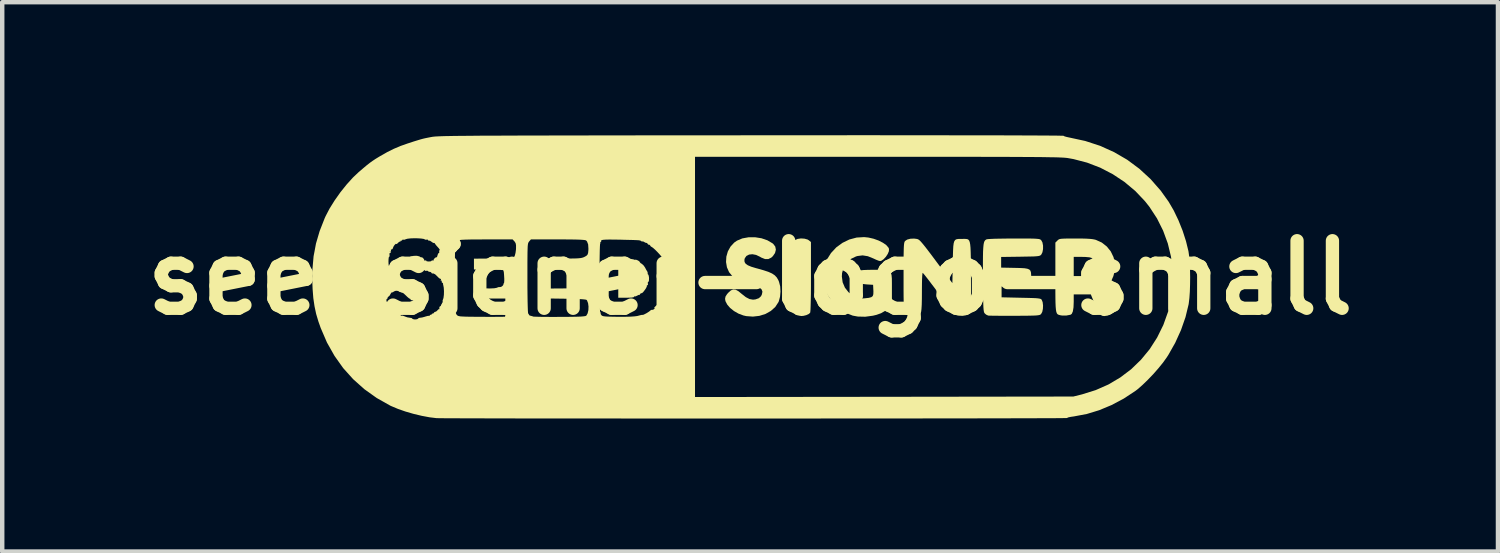
<source format=kicad_pcb>
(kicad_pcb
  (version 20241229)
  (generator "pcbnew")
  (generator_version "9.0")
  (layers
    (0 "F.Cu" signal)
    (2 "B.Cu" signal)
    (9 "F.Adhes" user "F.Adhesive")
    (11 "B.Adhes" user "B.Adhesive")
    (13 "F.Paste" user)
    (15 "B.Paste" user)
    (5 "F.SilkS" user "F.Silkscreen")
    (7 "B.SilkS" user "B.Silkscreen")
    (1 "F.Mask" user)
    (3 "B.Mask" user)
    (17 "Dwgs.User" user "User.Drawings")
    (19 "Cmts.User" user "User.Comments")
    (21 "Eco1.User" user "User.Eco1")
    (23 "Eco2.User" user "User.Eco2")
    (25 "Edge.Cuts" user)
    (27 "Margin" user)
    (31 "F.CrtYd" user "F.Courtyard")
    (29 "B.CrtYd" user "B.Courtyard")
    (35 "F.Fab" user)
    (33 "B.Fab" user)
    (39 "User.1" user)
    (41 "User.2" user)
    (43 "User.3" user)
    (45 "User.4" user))
  (footprint "seedsigner-logo-small"
    (layer "F.Cu")
    (at 13.868 3.214)
    (property "Reference" "seedsigner-logo-small" (at 0 0 0) (layer "F.SilkS") (effects (font (size 1.524 1.524) (thickness 0.3))))
    (attr board_only exclude_from_pos_files exclude_from_bom)
    (fp_poly (pts (xy -3.97 -0.179) (xy -3.979 -0.169) (xy -3.989 -0.179) (xy -3.979 -0.188)) (stroke (width 0) (type solid)) (fill yes) (layer "F.SilkS"))
    (fp_poly (pts (xy 1.228 -0.881) (xy 1.298 -0.861) (xy 1.324 -0.845) (xy 1.373 -0.806) (xy 1.373 -0.026) (xy 1.373 0.181) (xy 1.372 0.361) (xy 1.369 0.513) (xy 1.366 0.633) (xy 1.363 0.721) (xy 1.358 0.775) (xy 1.354 0.791) (xy 1.323 0.819) (xy 1.268 0.844) (xy 1.204 0.86) (xy 1.157 0.864) (xy 1.112 0.857) (xy 1.059 0.845) (xy 1.035 0.836) (xy 1.015 0.824) (xy 0.999 0.804) (xy 0.986 0.774) (xy 0.977 0.731) (xy 0.97 0.67) (xy 0.965 0.589) (xy 0.962 0.484) (xy 0.961 0.353) (xy 0.962 0.191) (xy 0.963 -0.004) (xy 0.963 -0.063) (xy 0.969 -0.812) (xy 1.013 -0.848) (xy 1.071 -0.875) (xy 1.147 -0.886)) (stroke (width 0) (type solid)) (fill yes) (layer "F.SilkS"))
    (fp_poly (pts (xy -2.661 -0.417) (xy -2.625 -0.413) (xy -2.618 -0.409) (xy -2.6 -0.403) (xy -2.595 -0.405) (xy -2.568 -0.405) (xy -2.529 -0.389) (xy -2.497 -0.368) (xy -2.486 -0.35) (xy -2.471 -0.331) (xy -2.442 -0.313) (xy -2.405 -0.281) (xy -2.371 -0.233) (xy -2.367 -0.226) (xy -2.342 -0.178) (xy -2.321 -0.144) (xy -2.318 -0.141) (xy -2.308 -0.108) (xy -2.31 -0.098) (xy -2.307 -0.077) (xy -2.3 -0.075) (xy -2.29 -0.058) (xy -2.281 -0.016) (xy -2.279 0.009) (xy -2.281 0.065) (xy -2.291 0.092) (xy -2.296 0.094) (xy -2.308 0.109) (xy -2.305 0.132) (xy -2.304 0.163) (xy -2.316 0.169) (xy -2.33 0.176) (xy -2.328 0.181) (xy -2.33 0.202) (xy -2.349 0.24) (xy -2.379 0.283) (xy -2.41 0.322) (xy -2.436 0.346) (xy -2.446 0.348) (xy -2.467 0.353) (xy -2.482 0.371) (xy -2.497 0.392) (xy -2.502 0.39) (xy -2.515 0.388) (xy -2.546 0.404) (xy -2.582 0.421) (xy -2.603 0.42) (xy -2.614 0.422) (xy -2.615 0.43) (xy -2.631 0.441) (xy -2.678 0.448) (xy -2.761 0.451) (xy -2.794 0.452) (xy -2.973 0.452) (xy -2.973 -0.41) (xy -2.799 -0.417) (xy -2.722 -0.419)) (stroke (width 0) (type solid)) (fill yes) (layer "F.SilkS"))
    (fp_poly (pts (xy 7.478 -0.884) (xy 7.585 -0.881) (xy 7.667 -0.876) (xy 7.73 -0.869) (xy 7.78 -0.859) (xy 7.801 -0.853) (xy 7.933 -0.793) (xy 8.046 -0.704) (xy 8.135 -0.594) (xy 8.197 -0.466) (xy 8.23 -0.328) (xy 8.229 -0.184) (xy 8.223 -0.146) (xy 8.194 -0.035) (xy 8.154 0.057) (xy 8.099 0.141) (xy 8.056 0.198) (xy 8.158 0.432) (xy 8.195 0.521) (xy 8.227 0.599) (xy 8.249 0.66) (xy 8.259 0.696) (xy 8.26 0.699) (xy 8.243 0.744) (xy 8.198 0.788) (xy 8.134 0.827) (xy 8.062 0.855) (xy 7.989 0.865) (xy 7.988 0.865) (xy 7.946 0.86) (xy 7.91 0.84) (xy 7.876 0.801) (xy 7.839 0.738) (xy 7.797 0.647) (xy 7.768 0.579) (xy 7.686 0.377) (xy 7.493 0.376) (xy 7.3 0.376) (xy 7.3 0.543) (xy 7.295 0.67) (xy 7.28 0.761) (xy 7.255 0.816) (xy 7.228 0.835) (xy 7.133 0.853) (xy 7.039 0.853) (xy 7 0.847) (xy 6.973 0.84) (xy 6.95 0.832) (xy 6.932 0.82) (xy 6.918 0.799) (xy 6.907 0.767) (xy 6.899 0.721) (xy 6.893 0.656) (xy 6.889 0.57) (xy 6.887 0.459) (xy 6.886 0.32) (xy 6.886 0.149) (xy 6.886 -0.014) (xy 6.886 -0.038) (xy 7.3 -0.038) (xy 7.471 -0.038) (xy 7.589 -0.042) (xy 7.672 -0.055) (xy 7.704 -0.067) (xy 7.766 -0.115) (xy 7.804 -0.182) (xy 7.816 -0.258) (xy 7.804 -0.334) (xy 7.766 -0.401) (xy 7.711 -0.444) (xy 7.655 -0.46) (xy 7.565 -0.468) (xy 7.48 -0.47) (xy 7.3 -0.47) (xy 7.3 -0.038) (xy 6.886 -0.038) (xy 6.886 -0.792) (xy 6.932 -0.838) (xy 6.949 -0.854) (xy 6.967 -0.866) (xy 6.992 -0.874) (xy 7.029 -0.879) (xy 7.084 -0.882) (xy 7.162 -0.884) (xy 7.27 -0.884) (xy 7.34 -0.884)) (stroke (width 0) (type solid)) (fill yes) (layer "F.SilkS"))
    (fp_poly (pts (xy 0.257 -0.89) (xy 0.391 -0.844) (xy 0.506 -0.776) (xy 0.522 -0.763) (xy 0.568 -0.703) (xy 0.582 -0.632) (xy 0.563 -0.558) (xy 0.514 -0.486) (xy 0.478 -0.453) (xy 0.411 -0.42) (xy 0.337 -0.421) (xy 0.252 -0.455) (xy 0.222 -0.473) (xy 0.136 -0.514) (xy 0.053 -0.53) (xy -0.022 -0.522) (xy -0.082 -0.491) (xy -0.119 -0.439) (xy -0.128 -0.402) (xy -0.124 -0.355) (xy -0.1 -0.316) (xy -0.051 -0.281) (xy 0.027 -0.248) (xy 0.137 -0.215) (xy 0.164 -0.208) (xy 0.305 -0.168) (xy 0.414 -0.132) (xy 0.496 -0.095) (xy 0.557 -0.054) (xy 0.602 -0.006) (xy 0.636 0.052) (xy 0.653 0.093) (xy 0.679 0.194) (xy 0.686 0.311) (xy 0.676 0.428) (xy 0.649 0.529) (xy 0.641 0.549) (xy 0.569 0.659) (xy 0.469 0.749) (xy 0.348 0.817) (xy 0.211 0.86) (xy 0.065 0.877) (xy -0.086 0.866) (xy -0.151 0.851) (xy -0.261 0.81) (xy -0.362 0.752) (xy -0.449 0.683) (xy -0.515 0.606) (xy -0.555 0.529) (xy -0.564 0.476) (xy -0.554 0.425) (xy -0.52 0.371) (xy -0.492 0.339) (xy -0.434 0.287) (xy -0.381 0.264) (xy -0.327 0.269) (xy -0.263 0.304) (xy -0.191 0.363) (xy -0.096 0.438) (xy -0.013 0.481) (xy 0.066 0.495) (xy 0.122 0.489) (xy 0.198 0.462) (xy 0.247 0.417) (xy 0.266 0.378) (xy 0.279 0.315) (xy 0.26 0.264) (xy 0.208 0.22) (xy 0.164 0.197) (xy 0.105 0.171) (xy 0.055 0.155) (xy 0.034 0.151) (xy -0.018 0.142) (xy -0.091 0.119) (xy -0.176 0.086) (xy -0.261 0.048) (xy -0.336 0.009) (xy -0.389 -0.026) (xy -0.398 -0.033) (xy -0.474 -0.126) (xy -0.522 -0.235) (xy -0.542 -0.354) (xy -0.535 -0.476) (xy -0.501 -0.594) (xy -0.441 -0.702) (xy -0.357 -0.793) (xy -0.295 -0.836) (xy -0.174 -0.887) (xy -0.035 -0.912) (xy 0.111 -0.913)) (stroke (width 0) (type solid)) (fill yes) (layer "F.SilkS"))
    (fp_poly (pts (xy 2.67 -0.906) (xy 2.787 -0.879) (xy 2.898 -0.839) (xy 2.994 -0.79) (xy 3.071 -0.737) (xy 3.12 -0.681) (xy 3.134 -0.65) (xy 3.131 -0.598) (xy 3.105 -0.536) (xy 3.064 -0.473) (xy 3.014 -0.419) (xy 2.964 -0.384) (xy 2.933 -0.376) (xy 2.898 -0.384) (xy 2.842 -0.406) (xy 2.782 -0.434) (xy 2.656 -0.485) (xy 2.539 -0.504) (xy 2.426 -0.49) (xy 2.39 -0.48) (xy 2.27 -0.422) (xy 2.176 -0.338) (xy 2.11 -0.231) (xy 2.075 -0.105) (xy 2.07 -0.028) (xy 2.088 0.104) (xy 2.139 0.224) (xy 2.22 0.327) (xy 2.327 0.408) (xy 2.367 0.428) (xy 2.434 0.455) (xy 2.49 0.467) (xy 2.557 0.467) (xy 2.589 0.464) (xy 2.678 0.454) (xy 2.734 0.439) (xy 2.767 0.414) (xy 2.78 0.372) (xy 2.782 0.307) (xy 2.781 0.286) (xy 2.775 0.16) (xy 2.63 0.151) (xy 2.558 0.143) (xy 2.5 0.133) (xy 2.466 0.121) (xy 2.464 0.119) (xy 2.451 0.088) (xy 2.444 0.033) (xy 2.443 -0.033) (xy 2.447 -0.096) (xy 2.456 -0.143) (xy 2.464 -0.157) (xy 2.492 -0.166) (xy 2.555 -0.173) (xy 2.654 -0.177) (xy 2.79 -0.179) (xy 2.806 -0.179) (xy 2.931 -0.179) (xy 3.027 -0.177) (xy 3.096 -0.169) (xy 3.144 -0.15) (xy 3.174 -0.115) (xy 3.191 -0.06) (xy 3.198 0.019) (xy 3.199 0.128) (xy 3.199 0.257) (xy 3.199 0.603) (xy 3.119 0.683) (xy 3.04 0.751) (xy 2.956 0.8) (xy 2.853 0.837) (xy 2.77 0.857) (xy 2.597 0.88) (xy 2.431 0.876) (xy 2.316 0.855) (xy 2.152 0.791) (xy 2.002 0.695) (xy 1.873 0.57) (xy 1.767 0.42) (xy 1.738 0.365) (xy 1.665 0.218) (xy 1.665 -0.028) (xy 1.665 -0.129) (xy 1.667 -0.202) (xy 1.673 -0.256) (xy 1.683 -0.299) (xy 1.7 -0.343) (xy 1.725 -0.395) (xy 1.73 -0.405) (xy 1.825 -0.556) (xy 1.945 -0.685) (xy 2.085 -0.787) (xy 2.239 -0.862) (xy 2.404 -0.906) (xy 2.573 -0.916)) (stroke (width 0) (type solid)) (fill yes) (layer "F.SilkS"))
    (fp_poly (pts (xy 6.118 -0.884) (xy 6.247 -0.884) (xy 6.346 -0.883) (xy 6.421 -0.881) (xy 6.475 -0.877) (xy 6.512 -0.873) (xy 6.536 -0.867) (xy 6.553 -0.858) (xy 6.565 -0.848) (xy 6.566 -0.847) (xy 6.594 -0.797) (xy 6.608 -0.725) (xy 6.608 -0.646) (xy 6.594 -0.573) (xy 6.567 -0.52) (xy 6.564 -0.517) (xy 6.55 -0.505) (xy 6.532 -0.496) (xy 6.504 -0.489) (xy 6.461 -0.484) (xy 6.399 -0.48) (xy 6.313 -0.478) (xy 6.197 -0.476) (xy 6.096 -0.474) (xy 5.663 -0.468) (xy 5.663 -0.228) (xy 5.962 -0.222) (xy 6.091 -0.219) (xy 6.186 -0.214) (xy 6.253 -0.203) (xy 6.298 -0.185) (xy 6.324 -0.157) (xy 6.336 -0.116) (xy 6.34 -0.06) (xy 6.341 -0.019) (xy 6.34 0.048) (xy 6.334 0.099) (xy 6.319 0.134) (xy 6.29 0.158) (xy 6.24 0.172) (xy 6.166 0.181) (xy 6.063 0.186) (xy 5.98 0.188) (xy 5.673 0.198) (xy 5.673 0.442) (xy 6.112 0.452) (xy 6.252 0.455) (xy 6.359 0.458) (xy 6.439 0.461) (xy 6.495 0.466) (xy 6.532 0.472) (xy 6.556 0.479) (xy 6.57 0.489) (xy 6.577 0.497) (xy 6.599 0.551) (xy 6.608 0.624) (xy 6.605 0.702) (xy 6.59 0.772) (xy 6.564 0.818) (xy 6.552 0.829) (xy 6.536 0.838) (xy 6.512 0.844) (xy 6.476 0.849) (xy 6.424 0.853) (xy 6.35 0.855) (xy 6.252 0.857) (xy 6.124 0.858) (xy 5.969 0.859) (xy 5.825 0.859) (xy 5.693 0.859) (xy 5.577 0.858) (xy 5.481 0.857) (xy 5.412 0.856) (xy 5.373 0.854) (xy 5.369 0.853) (xy 5.325 0.833) (xy 5.294 0.806) (xy 5.285 0.794) (xy 5.277 0.778) (xy 5.272 0.753) (xy 5.267 0.716) (xy 5.263 0.664) (xy 5.26 0.592) (xy 5.258 0.497) (xy 5.256 0.376) (xy 5.255 0.224) (xy 5.253 0.039) (xy 5.253 0.036) (xy 5.252 -0.168) (xy 5.252 -0.339) (xy 5.253 -0.478) (xy 5.255 -0.589) (xy 5.26 -0.676) (xy 5.266 -0.742) (xy 5.275 -0.79) (xy 5.287 -0.823) (xy 5.303 -0.845) (xy 5.321 -0.859) (xy 5.336 -0.866) (xy 5.367 -0.871) (xy 5.43 -0.875) (xy 5.521 -0.879) (xy 5.635 -0.881) (xy 5.767 -0.883) (xy 5.911 -0.884) (xy 5.956 -0.884)) (stroke (width 0) (type solid)) (fill yes) (layer "F.SilkS"))
    (fp_poly (pts (xy 3.753 -0.876) (xy 3.773 -0.872) (xy 3.791 -0.865) (xy 3.812 -0.852) (xy 3.836 -0.831) (xy 3.866 -0.798) (xy 3.905 -0.752) (xy 3.955 -0.69) (xy 4.018 -0.608) (xy 4.097 -0.504) (xy 4.193 -0.375) (xy 4.304 -0.226) (xy 4.563 0.122) (xy 4.572 -0.343) (xy 4.575 -0.498) (xy 4.579 -0.62) (xy 4.584 -0.712) (xy 4.593 -0.779) (xy 4.607 -0.824) (xy 4.628 -0.853) (xy 4.657 -0.868) (xy 4.695 -0.874) (xy 4.746 -0.875) (xy 4.779 -0.875) (xy 4.826 -0.876) (xy 4.865 -0.875) (xy 4.897 -0.871) (xy 4.922 -0.86) (xy 4.941 -0.838) (xy 4.955 -0.802) (xy 4.965 -0.749) (xy 4.972 -0.676) (xy 4.976 -0.58) (xy 4.979 -0.457) (xy 4.98 -0.303) (xy 4.981 -0.117) (xy 4.982 -0.04) (xy 4.983 0.161) (xy 4.983 0.337) (xy 4.981 0.488) (xy 4.979 0.61) (xy 4.976 0.701) (xy 4.972 0.758) (xy 4.969 0.777) (xy 4.934 0.818) (xy 4.873 0.847) (xy 4.793 0.86) (xy 4.709 0.856) (xy 4.681 0.852) (xy 4.658 0.846) (xy 4.636 0.835) (xy 4.612 0.815) (xy 4.581 0.781) (xy 4.539 0.73) (xy 4.484 0.658) (xy 4.41 0.56) (xy 4.39 0.533) (xy 4.344 0.472) (xy 4.282 0.39) (xy 4.21 0.296) (xy 4.137 0.198) (xy 4.101 0.151) (xy 4.037 0.066) (xy 3.98 -0.007) (xy 3.935 -0.064) (xy 3.904 -0.1) (xy 3.893 -0.11) (xy 3.888 -0.094) (xy 3.883 -0.044) (xy 3.879 0.037) (xy 3.877 0.145) (xy 3.876 0.277) (xy 3.876 0.308) (xy 3.875 0.477) (xy 3.872 0.61) (xy 3.866 0.706) (xy 3.859 0.764) (xy 3.854 0.78) (xy 3.814 0.825) (xy 3.749 0.853) (xy 3.667 0.861) (xy 3.577 0.849) (xy 3.565 0.845) (xy 3.541 0.838) (xy 3.52 0.829) (xy 3.504 0.815) (xy 3.491 0.793) (xy 3.481 0.759) (xy 3.473 0.711) (xy 3.468 0.644) (xy 3.465 0.555) (xy 3.463 0.441) (xy 3.462 0.298) (xy 3.462 0.124) (xy 3.462 -0.011) (xy 3.462 -0.203) (xy 3.462 -0.361) (xy 3.463 -0.489) (xy 3.465 -0.59) (xy 3.467 -0.667) (xy 3.47 -0.724) (xy 3.474 -0.765) (xy 3.479 -0.793) (xy 3.486 -0.812) (xy 3.494 -0.825) (xy 3.495 -0.827) (xy 3.543 -0.86) (xy 3.614 -0.879) (xy 3.699 -0.883)) (stroke (width 0) (type solid)) (fill yes) (layer "F.SilkS"))
    (fp_poly (pts (xy 2.821 -3.214) (xy 3.307 -3.213) (xy 3.768 -3.213) (xy 4.202 -3.213) (xy 4.609 -3.212) (xy 4.988 -3.212) (xy 5.338 -3.211) (xy 5.658 -3.211) (xy 5.948 -3.21) (xy 6.207 -3.209) (xy 6.433 -3.208) (xy 6.627 -3.207) (xy 6.787 -3.206) (xy 6.912 -3.205) (xy 7.003 -3.203) (xy 7.057 -3.202) (xy 7.074 -3.2) (xy 7.091 -3.189) (xy 7.137 -3.176) (xy 7.201 -3.162) (xy 7.211 -3.16) (xy 7.561 -3.084) (xy 7.895 -2.975) (xy 8.21 -2.833) (xy 8.506 -2.661) (xy 8.781 -2.457) (xy 9.033 -2.225) (xy 9.262 -1.964) (xy 9.442 -1.712) (xy 9.556 -1.516) (xy 9.662 -1.295) (xy 9.756 -1.061) (xy 9.832 -0.825) (xy 9.887 -0.601) (xy 9.89 -0.583) (xy 9.905 -0.474) (xy 9.916 -0.337) (xy 9.923 -0.18) (xy 9.926 -0.013) (xy 9.924 0.155) (xy 9.919 0.315) (xy 9.909 0.458) (xy 9.895 0.576) (xy 9.891 0.602) (xy 9.821 0.89) (xy 9.719 1.182) (xy 9.589 1.468) (xy 9.434 1.742) (xy 9.397 1.799) (xy 9.313 1.916) (xy 9.208 2.045) (xy 9.092 2.177) (xy 8.969 2.305) (xy 8.849 2.421) (xy 8.739 2.517) (xy 8.689 2.555) (xy 8.429 2.726) (xy 8.156 2.871) (xy 7.875 2.988) (xy 7.593 3.074) (xy 7.316 3.126) (xy 7.313 3.127) (xy 7.236 3.138) (xy 7.182 3.149) (xy 7.155 3.159) (xy 7.155 3.164) (xy 7.137 3.165) (xy 7.084 3.166) (xy 6.996 3.167) (xy 6.876 3.168) (xy 6.724 3.168) (xy 6.542 3.169) (xy 6.332 3.17) (xy 6.096 3.17) (xy 5.834 3.171) (xy 5.55 3.172) (xy 5.243 3.172) (xy 4.916 3.173) (xy 4.57 3.173) (xy 4.207 3.173) (xy 3.829 3.174) (xy 3.436 3.174) (xy 3.031 3.175) (xy 2.615 3.175) (xy 2.19 3.175) (xy 1.758 3.175) (xy 1.319 3.176) (xy 0.876 3.176) (xy 0.43 3.176) (xy -0.018 3.176) (xy -0.465 3.176) (xy -0.911 3.176) (xy -1.353 3.176) (xy -1.791 3.176) (xy -2.221 3.176) (xy -2.644 3.176) (xy -3.057 3.175) (xy -3.459 3.175) (xy -3.848 3.175) (xy -4.223 3.175) (xy -4.582 3.174) (xy -4.923 3.174) (xy -5.245 3.174) (xy -5.546 3.173) (xy -5.825 3.173) (xy -6.08 3.172) (xy -6.31 3.172) (xy -6.513 3.171) (xy -6.687 3.17) (xy -6.831 3.17) (xy -6.944 3.169) (xy -7.023 3.168) (xy -7.067 3.167) (xy -7.074 3.167) (xy -7.23 3.148) (xy -7.406 3.115) (xy -7.59 3.071) (xy -7.773 3.018) (xy -7.942 2.959) (xy -8.087 2.898) (xy -8.114 2.886) (xy -8.421 2.713) (xy -8.7 2.514) (xy -8.952 2.289) (xy -9.177 2.039) (xy -9.373 1.763) (xy -9.543 1.462) (xy -9.684 1.135) (xy -9.736 0.988) (xy -9.787 0.817) (xy -9.824 0.644) (xy -9.844 0.508) (xy -8.203 0.508) (xy -8.197 0.539) (xy -8.189 0.546) (xy -8.172 0.561) (xy -8.147 0.599) (xy -8.137 0.616) (xy -8.102 0.673) (xy -8.063 0.722) (xy -8.029 0.754) (xy -8.012 0.762) (xy -7.99 0.773) (xy -7.955 0.8) (xy -7.952 0.803) (xy -7.918 0.828) (xy -7.896 0.833) (xy -7.894 0.833) (xy -7.884 0.836) (xy -7.883 0.845) (xy -7.872 0.859) (xy -7.864 0.856) (xy -7.836 0.856) (xy -7.792 0.871) (xy -7.786 0.874) (xy -7.729 0.894) (xy -7.674 0.903) (xy -7.635 0.909) (xy -7.62 0.922) (xy -7.603 0.934) (xy -7.563 0.941) (xy -7.554 0.941) (xy -7.511 0.936) (xy -7.489 0.924) (xy -7.488 0.922) (xy -7.472 0.908) (xy -7.444 0.903) (xy -7.397 0.897) (xy -7.338 0.881) (xy -7.323 0.876) (xy -7.274 0.862) (xy -7.241 0.859) (xy -7.236 0.861) (xy -7.226 0.857) (xy -7.225 0.849) (xy -7.214 0.835) (xy -7.206 0.837) (xy -7.189 0.836) (xy -7.187 0.829) (xy -7.172 0.811) (xy -7.159 0.809) (xy -7.134 0.799) (xy -7.131 0.79) (xy -7.116 0.773) (xy -7.104 0.771) (xy -7.073 0.757) (xy -7.05 0.734) (xy -7.026 0.71) (xy -7.011 0.71) (xy -7.005 0.707) (xy -7.009 0.691) (xy -7.007 0.658) (xy -6.992 0.647) (xy -6.971 0.63) (xy -6.972 0.619) (xy -6.968 0.603) (xy -6.961 0.602) (xy -6.949 0.591) (xy -6.952 0.583) (xy -6.95 0.566) (xy -6.943 0.564) (xy -6.93 0.553) (xy -6.933 0.546) (xy -6.935 0.514) (xy -6.931 0.504) (xy -6.915 0.457) (xy -6.906 0.385) (xy -6.904 0.303) (xy -6.909 0.224) (xy -6.922 0.159) (xy -6.925 0.151) (xy -6.926 0.127) (xy -6.938 0.114) (xy -6.945 0.113) (xy -6.957 0.099) (xy -6.954 0.084) (xy -6.953 0.064) (xy -6.965 0.068) (xy -6.979 0.069) (xy -6.974 0.049) (xy -6.971 0.027) (xy -6.978 0.027) (xy -6.999 0.02) (xy -7.034 -0.008) (xy -7.053 -0.029) (xy -7.101 -0.075) (xy -7.138 -0.095) (xy -7.173 -0.096) (xy -7.187 -0.108) (xy -7.187 -0.113) (xy -7.203 -0.128) (xy -7.225 -0.132) (xy -7.255 -0.139) (xy -7.263 -0.149) (xy -7.278 -0.158) (xy -7.3 -0.156) (xy -7.33 -0.155) (xy -7.338 -0.165) (xy -7.353 -0.175) (xy -7.388 -0.173) (xy -7.422 -0.171) (xy -7.424 -0.185) (xy -6.657 -0.185) (xy -6.657 -0.022) (xy -6.656 0.039) (xy -6.655 0.228) (xy -6.654 0.384) (xy -6.652 0.509) (xy -6.65 0.607) (xy -6.647 0.682) (xy -6.644 0.737) (xy -6.64 0.776) (xy -6.634 0.803) (xy -6.627 0.821) (xy -6.619 0.833) (xy -6.613 0.839) (xy -6.602 0.851) (xy -6.587 0.86) (xy -6.565 0.866) (xy -6.532 0.872) (xy -6.484 0.875) (xy -6.416 0.878) (xy -6.324 0.88) (xy -6.204 0.881) (xy -6.051 0.882) (xy -6.002 0.882) (xy -5.856 0.883) (xy -5.719 0.882) (xy -5.598 0.881) (xy -5.497 0.88) (xy -5.421 0.877) (xy -5.376 0.874) (xy -5.368 0.873) (xy -5.33 0.859) (xy -5.304 0.831) (xy -5.289 0.783) (xy -5.281 0.706) (xy -5.278 0.661) (xy -5.28 0.594) (xy -5.291 0.549) (xy -5.317 0.514) (xy -5.349 0.483) (xy -5.369 0.469) (xy -5.37 0.469) (xy -5.391 0.469) (xy -5.445 0.47) (xy -5.525 0.47) (xy -5.626 0.47) (xy -5.742 0.47) (xy -5.804 0.47) (xy -6.228 0.47) (xy -6.228 0.353) (xy -6.228 0.235) (xy -5.989 0.241) (xy -5.861 0.242) (xy -5.77 0.238) (xy -5.716 0.228) (xy -5.708 0.224) (xy -5.666 0.21) (xy -5.641 0.211) (xy -5.614 0.206) (xy -5.584 0.185) (xy -5.564 0.16) (xy -5.564 0.143) (xy -5.562 0.132) (xy -5.557 0.132) (xy -5.548 0.115) (xy -5.544 0.07) (xy -5.544 0.024) (xy -5.549 -0.066) (xy -5.554 -0.125) (xy -5.562 -0.158) (xy -5.574 -0.172) (xy -5.592 -0.173) (xy -5.595 -0.173) (xy -5.619 -0.174) (xy -5.62 -0.182) (xy -5.626 -0.184) (xy -5.022 -0.184) (xy -5.022 0.007) (xy -5.022 0.018) (xy -5.022 0.215) (xy -5.02 0.388) (xy -5.018 0.534) (xy -5.015 0.651) (xy -5.012 0.738) (xy -5.008 0.791) (xy -5.004 0.809) (xy -4.99 0.823) (xy -4.991 0.83) (xy -4.978 0.848) (xy -4.949 0.859) (xy -4.911 0.868) (xy -4.894 0.876) (xy -4.873 0.878) (xy -4.82 0.88) (xy -4.738 0.882) (xy -4.632 0.883) (xy -4.508 0.884) (xy -4.368 0.884) (xy -4.302 0.883) (xy -4.132 0.883) (xy -3.997 0.881) (xy -3.891 0.879) (xy -3.813 0.876) (xy -3.757 0.871) (xy -3.72 0.866) (xy -3.699 0.859) (xy -3.693 0.855) (xy -3.664 0.804) (xy -3.647 0.731) (xy -3.644 0.65) (xy -3.654 0.574) (xy -3.677 0.514) (xy -3.688 0.5) (xy -3.714 0.493) (xy -3.776 0.486) (xy -3.871 0.481) (xy -3.998 0.477) (xy -4.14 0.474) (xy -4.572 0.468) (xy -4.572 0.245) (xy -4.332 0.242) (xy -4.24 0.242) (xy -4.163 0.241) (xy -4.106 0.242) (xy -4.079 0.242) (xy -4.078 0.242) (xy -4.065 0.23) (xy -4.064 0.224) (xy -4.049 0.211) (xy -4.019 0.214) (xy -3.971 0.212) (xy -3.951 0.197) (xy -3.937 0.175) (xy -3.939 0.169) (xy -3.94 0.154) (xy -3.929 0.114) (xy -3.922 0.092) (xy -3.907 0.025) (xy -3.907 0) (xy -3.396 0) (xy -3.396 0.166) (xy -3.395 0.32) (xy -3.393 0.458) (xy -3.391 0.575) (xy -3.388 0.669) (xy -3.385 0.734) (xy -3.382 0.768) (xy -3.38 0.771) (xy -3.371 0.785) (xy -3.372 0.794) (xy -3.367 0.824) (xy -3.35 0.848) (xy -3.335 0.859) (xy -3.312 0.867) (xy -3.273 0.873) (xy -3.215 0.877) (xy -3.132 0.879) (xy -3.019 0.881) (xy -2.962 0.881) (xy -2.813 0.881) (xy -2.697 0.878) (xy -2.609 0.872) (xy -2.546 0.864) (xy -2.515 0.856) (xy -2.465 0.843) (xy -2.433 0.837) (xy -2.427 0.839) (xy -2.413 0.838) (xy -2.379 0.823) (xy -2.335 0.8) (xy -2.292 0.773) (xy -2.26 0.75) (xy -2.253 0.742) (xy -2.226 0.724) (xy -2.213 0.726) (xy -2.183 0.721) (xy -2.162 0.703) (xy -2.145 0.68) (xy -2.154 0.68) (xy -2.164 0.684) (xy -2.167 0.681) (xy -2.147 0.658) (xy -2.115 0.627) (xy -2.07 0.581) (xy -2.036 0.54) (xy -2.026 0.522) (xy -2.008 0.494) (xy -1.997 0.489) (xy -1.98 0.473) (xy -1.968 0.442) (xy -1.952 0.407) (xy -1.936 0.395) (xy -1.926 0.384) (xy -1.929 0.376) (xy -1.927 0.359) (xy -1.921 0.357) (xy -1.91 0.344) (xy -1.912 0.329) (xy -1.912 0.305) (xy -1.904 0.301) (xy -1.893 0.286) (xy -1.896 0.26) (xy -1.898 0.232) (xy -1.884 0.234) (xy -1.869 0.234) (xy -1.872 0.205) (xy -1.873 0.199) (xy -1.877 0.164) (xy -1.869 0.151) (xy -1.862 0.133) (xy -1.856 0.087) (xy -1.853 0.021) (xy -1.853 0) (xy -1.855 -0.07) (xy -1.86 -0.123) (xy -1.867 -0.149) (xy -1.869 -0.151) (xy -1.877 -0.166) (xy -1.873 -0.199) (xy -1.869 -0.232) (xy -1.881 -0.235) (xy -1.884 -0.234) (xy -1.899 -0.233) (xy -1.896 -0.26) (xy -1.894 -0.288) (xy -1.904 -0.289) (xy -1.915 -0.293) (xy -1.91 -0.317) (xy -1.908 -0.35) (xy -1.919 -0.357) (xy -1.931 -0.369) (xy -1.929 -0.376) (xy -1.93 -0.394) (xy -1.937 -0.395) (xy -1.958 -0.411) (xy -1.98 -0.447) (xy -2.002 -0.481) (xy -2.042 -0.528) (xy -2.09 -0.58) (xy -2.141 -0.631) (xy -2.186 -0.671) (xy -2.218 -0.694) (xy -2.225 -0.696) (xy -2.244 -0.711) (xy -2.251 -0.724) (xy -2.268 -0.744) (xy -2.277 -0.743) (xy -2.298 -0.748) (xy -2.312 -0.766) (xy -2.328 -0.787) (xy -2.332 -0.785) (xy -2.346 -0.784) (xy -2.379 -0.8) (xy -2.38 -0.801) (xy -2.413 -0.819) (xy -2.427 -0.819) (xy -2.427 -0.818) (xy -2.439 -0.815) (xy -2.451 -0.823) (xy -2.461 -0.831) (xy -2.474 -0.837) (xy -2.493 -0.842) (xy -2.524 -0.846) (xy -2.571 -0.848) (xy -2.64 -0.851) (xy -2.734 -0.853) (xy -2.859 -0.856) (xy -2.919 -0.858) (xy -3.065 -0.86) (xy -3.178 -0.861) (xy -3.26 -0.859) (xy -3.315 -0.855) (xy -3.347 -0.848) (xy -3.36 -0.838) (xy -3.357 -0.826) (xy -3.361 -0.81) (xy -3.368 -0.809) (xy -3.38 -0.798) (xy -3.377 -0.79) (xy -3.376 -0.773) (xy -3.381 -0.771) (xy -3.384 -0.753) (xy -3.387 -0.701) (xy -3.39 -0.62) (xy -3.392 -0.512) (xy -3.394 -0.383) (xy -3.395 -0.236) (xy -3.396 -0.074) (xy -3.396 0) (xy -3.907 0) (xy -3.907 -0.031) (xy -3.908 -0.035) (xy -3.916 -0.085) (xy -3.916 -0.118) (xy -3.922 -0.144) (xy -3.935 -0.146) (xy -3.957 -0.156) (xy -3.96 -0.166) (xy -3.967 -0.176) (xy -3.992 -0.183) (xy -4.038 -0.187) (xy -4.111 -0.189) (xy -4.214 -0.189) (xy -4.271 -0.189) (xy -4.581 -0.187) (xy -4.575 -0.31) (xy -4.569 -0.433) (xy -4.191 -0.433) (xy -4.059 -0.433) (xy -3.96 -0.434) (xy -3.886 -0.437) (xy -3.832 -0.442) (xy -3.792 -0.449) (xy -3.76 -0.459) (xy -3.735 -0.47) (xy -3.692 -0.494) (xy -3.666 -0.521) (xy -3.653 -0.56) (xy -3.647 -0.623) (xy -3.646 -0.654) (xy -3.652 -0.75) (xy -3.677 -0.817) (xy -3.699 -0.841) (xy -3.72 -0.848) (xy -3.764 -0.853) (xy -3.834 -0.858) (xy -3.932 -0.861) (xy -4.062 -0.863) (xy -4.224 -0.864) (xy -4.337 -0.864) (xy -4.943 -0.864) (xy -4.983 -0.818) (xy -4.992 -0.806) (xy -5 -0.792) (xy -5.007 -0.773) (xy -5.012 -0.744) (xy -5.016 -0.703) (xy -5.018 -0.646) (xy -5.02 -0.569) (xy -5.021 -0.469) (xy -5.022 -0.342) (xy -5.022 -0.184) (xy -5.626 -0.184) (xy -5.634 -0.187) (xy -5.68 -0.19) (xy -5.752 -0.193) (xy -5.844 -0.193) (xy -5.919 -0.192) (xy -6.228 -0.186) (xy -6.228 -0.43) (xy -5.842 -0.432) (xy -5.722 -0.433) (xy -5.612 -0.436) (xy -5.52 -0.441) (xy -5.45 -0.446) (xy -5.411 -0.451) (xy -5.407 -0.452) (xy -5.366 -0.462) (xy -5.342 -0.46) (xy -5.323 -0.466) (xy -5.305 -0.502) (xy -5.29 -0.562) (xy -5.28 -0.638) (xy -5.279 -0.665) (xy -5.279 -0.734) (xy -5.288 -0.779) (xy -5.309 -0.813) (xy -5.315 -0.82) (xy -5.356 -0.864) (xy -5.961 -0.864) (xy -6.151 -0.863) (xy -6.306 -0.862) (xy -6.426 -0.859) (xy -6.509 -0.855) (xy -6.556 -0.849) (xy -6.566 -0.845) (xy -6.578 -0.834) (xy -6.584 -0.836) (xy -6.606 -0.832) (xy -6.628 -0.806) (xy -6.634 -0.79) (xy -6.642 -0.767) (xy -6.649 -0.752) (xy -6.651 -0.727) (xy -6.654 -0.669) (xy -6.655 -0.581) (xy -6.657 -0.469) (xy -6.657 -0.335) (xy -6.657 -0.185) (xy -7.424 -0.185) (xy -7.424 -0.185) (xy -7.426 -0.198) (xy -7.46 -0.196) (xy -7.471 -0.194) (xy -7.511 -0.189) (xy -7.521 -0.198) (xy -7.517 -0.207) (xy -7.514 -0.223) (xy -7.539 -0.222) (xy -7.551 -0.219) (xy -7.59 -0.215) (xy -7.601 -0.227) (xy -7.613 -0.238) (xy -7.62 -0.235) (xy -7.637 -0.238) (xy -7.639 -0.247) (xy -7.646 -0.26) (xy -7.651 -0.257) (xy -7.67 -0.261) (xy -7.698 -0.285) (xy -7.73 -0.344) (xy -7.728 -0.403) (xy -7.697 -0.452) (xy -7.66 -0.474) (xy -7.588 -0.493) (xy -7.517 -0.495) (xy -7.461 -0.482) (xy -7.446 -0.473) (xy -7.421 -0.458) (xy -7.413 -0.461) (xy -7.401 -0.462) (xy -7.376 -0.443) (xy -7.352 -0.412) (xy -7.349 -0.393) (xy -7.343 -0.385) (xy -7.326 -0.389) (xy -7.304 -0.392) (xy -7.305 -0.383) (xy -7.296 -0.372) (xy -7.258 -0.366) (xy -7.244 -0.366) (xy -7.201 -0.37) (xy -7.182 -0.38) (xy -7.183 -0.384) (xy -7.178 -0.393) (xy -7.161 -0.389) (xy -7.139 -0.386) (xy -7.139 -0.393) (xy -7.135 -0.414) (xy -7.113 -0.441) (xy -7.087 -0.46) (xy -7.071 -0.46) (xy -7.061 -0.469) (xy -7.05 -0.504) (xy -7.049 -0.509) (xy -7.036 -0.545) (xy -7.021 -0.557) (xy -7.02 -0.556) (xy -7.01 -0.562) (xy -7.012 -0.583) (xy -7.012 -0.614) (xy -7 -0.621) (xy -6.999 -0.633) (xy -7.02 -0.663) (xy -7.045 -0.691) (xy -7.083 -0.734) (xy -7.107 -0.767) (xy -7.112 -0.777) (xy -7.123 -0.785) (xy -7.128 -0.783) (xy -7.151 -0.787) (xy -7.185 -0.811) (xy -7.219 -0.834) (xy -7.244 -0.837) (xy -7.261 -0.84) (xy -7.263 -0.848) (xy -7.276 -0.862) (xy -7.289 -0.859) (xy -7.319 -0.857) (xy -7.327 -0.86) (xy -7.36 -0.875) (xy -7.42 -0.884) (xy -7.498 -0.889) (xy -7.582 -0.89) (xy -7.663 -0.887) (xy -7.73 -0.879) (xy -7.774 -0.866) (xy -7.781 -0.861) (xy -7.807 -0.856) (xy -7.819 -0.859) (xy -7.842 -0.857) (xy -7.846 -0.848) (xy -7.857 -0.834) (xy -7.865 -0.837) (xy -7.882 -0.834) (xy -7.883 -0.826) (xy -7.89 -0.812) (xy -7.895 -0.815) (xy -7.914 -0.81) (xy -7.942 -0.785) (xy -7.966 -0.761) (xy -7.977 -0.76) (xy -7.977 -0.76) (xy -7.986 -0.767) (xy -8.007 -0.751) (xy -8.03 -0.723) (xy -8.048 -0.692) (xy -8.053 -0.674) (xy -8.066 -0.646) (xy -8.082 -0.64) (xy -8.102 -0.631) (xy -8.101 -0.623) (xy -8.097 -0.596) (xy -8.106 -0.567) (xy -8.122 -0.553) (xy -8.127 -0.555) (xy -8.135 -0.546) (xy -8.132 -0.514) (xy -8.13 -0.482) (xy -8.139 -0.475) (xy -8.148 -0.464) (xy -8.154 -0.423) (xy -8.156 -0.367) (xy -8.154 -0.308) (xy -8.148 -0.269) (xy -8.139 -0.259) (xy -8.13 -0.251) (xy -8.132 -0.219) (xy -8.135 -0.183) (xy -8.128 -0.169) (xy -8.112 -0.154) (xy -8.093 -0.12) (xy -8.08 -0.083) (xy -8.08 -0.061) (xy -8.08 -0.061) (xy -8.073 -0.045) (xy -8.046 -0.019) (xy -8.013 0.008) (xy -7.985 0.026) (xy -7.977 0.028) (xy -7.956 0.04) (xy -7.932 0.061) (xy -7.897 0.087) (xy -7.873 0.094) (xy -7.848 0.104) (xy -7.846 0.112) (xy -7.832 0.123) (xy -7.818 0.12) (xy -7.793 0.12) (xy -7.789 0.128) (xy -7.774 0.139) (xy -7.749 0.136) (xy -7.721 0.134) (xy -7.721 0.146) (xy -7.717 0.158) (xy -7.692 0.155) (xy -7.664 0.153) (xy -7.664 0.165) (xy -7.661 0.177) (xy -7.636 0.174) (xy -7.608 0.171) (xy -7.61 0.187) (xy -7.61 0.187) (xy -7.612 0.202) (xy -7.586 0.202) (xy -7.566 0.198) (xy -7.522 0.194) (xy -7.507 0.205) (xy -7.494 0.218) (xy -7.484 0.216) (xy -7.453 0.219) (xy -7.409 0.238) (xy -7.403 0.242) (xy -7.364 0.272) (xy -7.348 0.308) (xy -7.347 0.351) (xy -7.364 0.429) (xy -7.39 0.466) (xy -7.419 0.492) (xy -7.432 0.497) (xy -7.432 0.496) (xy -7.444 0.495) (xy -7.455 0.502) (xy -7.486 0.511) (xy -7.537 0.515) (xy -7.588 0.513) (xy -7.62 0.507) (xy -7.644 0.506) (xy -7.657 0.494) (xy -7.658 0.489) (xy -7.668 0.474) (xy -7.672 0.475) (xy -7.692 0.465) (xy -7.728 0.435) (xy -7.76 0.404) (xy -7.804 0.363) (xy -7.838 0.336) (xy -7.851 0.329) (xy -7.875 0.316) (xy -7.879 0.31) (xy -7.908 0.296) (xy -7.956 0.292) (xy -8.005 0.298) (xy -8.037 0.313) (xy -8.04 0.316) (xy -8.063 0.331) (xy -8.073 0.329) (xy -8.091 0.336) (xy -8.109 0.366) (xy -8.132 0.406) (xy -8.156 0.426) (xy -8.175 0.443) (xy -8.174 0.454) (xy -8.177 0.469) (xy -8.183 0.47) (xy -8.2 0.486) (xy -8.203 0.508) (xy -9.844 0.508) (xy -9.851 0.461) (xy -9.867 0.257) (xy -9.872 0.131) (xy -9.871 -0.187) (xy -9.845 -0.485) (xy -9.824 -0.593) (xy -8.128 -0.593) (xy -8.119 -0.583) (xy -8.109 -0.593) (xy -8.119 -0.602) (xy -8.128 -0.593) (xy -9.824 -0.593) (xy -9.791 -0.771) (xy -9.708 -1.053) (xy -9.596 -1.339) (xy -9.574 -1.388) (xy -9.485 -1.559) (xy -9.371 -1.742) (xy -9.241 -1.926) (xy -9.1 -2.102) (xy -8.956 -2.261) (xy -8.827 -2.383) (xy -8.725 -2.47) (xy -8.644 -2.538) (xy -8.575 -2.592) (xy -8.512 -2.637) (xy -8.447 -2.68) (xy -8.372 -2.726) (xy -8.369 -2.728) (xy -1.242 -2.728) (xy -1.242 2.691) (xy 3.024 2.686) (xy 7.291 2.68) (xy 7.488 2.631) (xy 7.795 2.535) (xy 8.083 2.408) (xy 8.35 2.25) (xy 8.596 2.064) (xy 8.817 1.85) (xy 9.013 1.612) (xy 9.181 1.35) (xy 9.321 1.066) (xy 9.43 0.762) (xy 9.434 0.747) (xy 9.503 0.444) (xy 9.535 0.137) (xy 9.532 -0.17) (xy 9.494 -0.475) (xy 9.422 -0.773) (xy 9.316 -1.062) (xy 9.178 -1.338) (xy 9.008 -1.598) (xy 8.906 -1.727) (xy 8.689 -1.956) (xy 8.446 -2.159) (xy 8.181 -2.335) (xy 7.898 -2.482) (xy 7.601 -2.596) (xy 7.294 -2.676) (xy 7.159 -2.7) (xy 7.134 -2.703) (xy 7.101 -2.706) (xy 7.061 -2.709) (xy 7.01 -2.711) (xy 6.949 -2.714) (xy 6.874 -2.716) (xy 6.785 -2.717) (xy 6.681 -2.719) (xy 6.559 -2.721) (xy 6.418 -2.722) (xy 6.257 -2.723) (xy 6.075 -2.724) (xy 5.869 -2.725) (xy 5.638 -2.726) (xy 5.382 -2.726) (xy 5.098 -2.727) (xy 4.784 -2.727) (xy 4.44 -2.728) (xy 4.064 -2.728) (xy 3.654 -2.728) (xy 3.21 -2.728) (xy 2.865 -2.728) (xy -1.242 -2.728) (xy -8.369 -2.728) (xy -8.348 -2.74) (xy -8.185 -2.833) (xy -8.034 -2.908) (xy -7.883 -2.972) (xy -7.715 -3.031) (xy -7.695 -3.037) (xy -7.583 -3.074) (xy -7.498 -3.1) (xy -7.432 -3.12) (xy -7.377 -3.135) (xy -7.325 -3.147) (xy -7.266 -3.159) (xy -7.194 -3.173) (xy -7.187 -3.174) (xy -7.17 -3.177) (xy -7.151 -3.18) (xy -7.128 -3.182) (xy -7.1 -3.185) (xy -7.065 -3.187) (xy -7.024 -3.189) (xy -6.975 -3.191) (xy -6.916 -3.193) (xy -6.846 -3.195) (xy -6.765 -3.196) (xy -6.671 -3.198) (xy -6.563 -3.199) (xy -6.439 -3.2) (xy -6.299 -3.201) (xy -6.142 -3.203) (xy -5.966 -3.204) (xy -5.771 -3.204) (xy -5.554 -3.205) (xy -5.315 -3.206) (xy -5.054 -3.207) (xy -4.767 -3.207) (xy -4.456 -3.208) (xy -4.117 -3.209) (xy -3.751 -3.209) (xy -3.356 -3.21) (xy -2.931 -3.21) (xy -2.474 -3.211) (xy -1.985 -3.211) (xy -1.463 -3.211) (xy -0.906 -3.212) (xy -0.313 -3.212) (xy 0.033 -3.213) (xy 0.635 -3.213) (xy 1.216 -3.213) (xy 1.775 -3.213) (xy 2.31 -3.214)) (stroke (width 0) (type solid)) (fill yes) (layer "F.SilkS")))
  (gr_rect
    (start -3 -3)
    (end 30.737 9.39)
    (stroke (width 0.1) (type default))
    (fill no)
    (layer "Edge.Cuts")))
</source>
